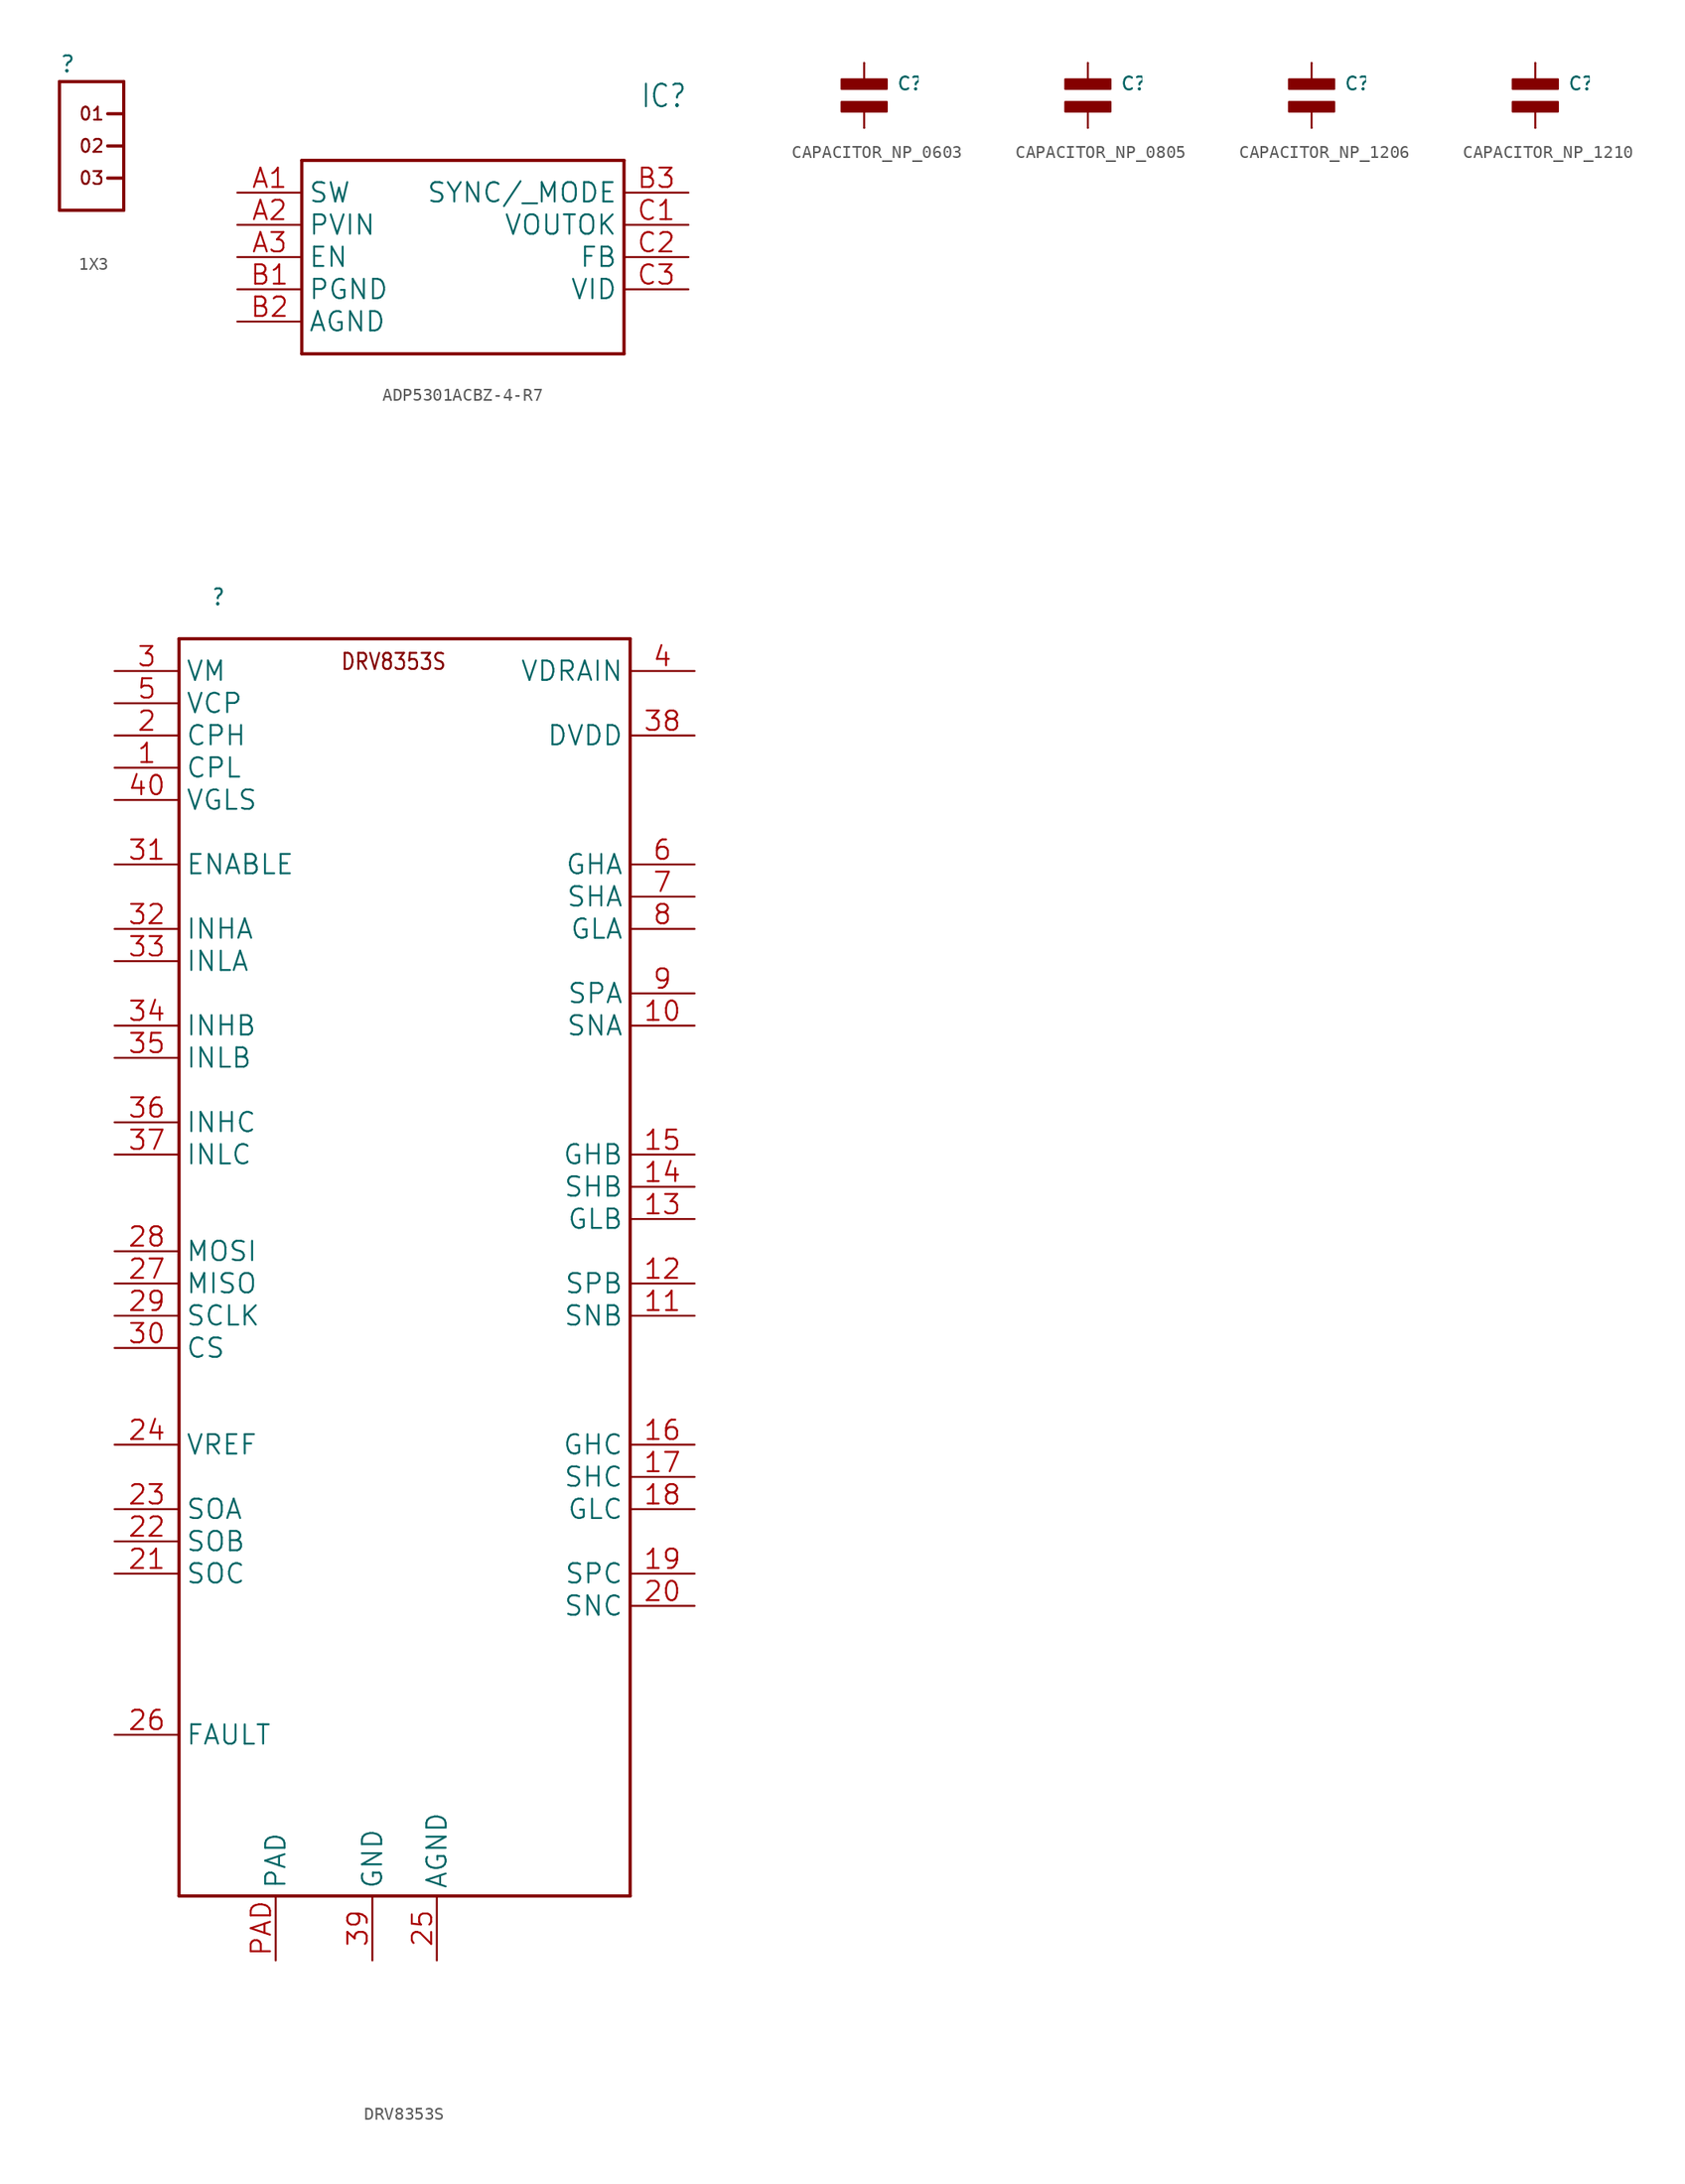
<source format=kicad_sym>
(kicad_symbol_lib
  (version 20241209)
  (generator "kicad_symbol_editor")
  (generator_version "9.0")
  (symbol "1X3"
    (property "Reference" ""
      (at -2.54 5.715 0)
      (effects (font (size 1.27 1.27)) (justify left bottom)))
    (property "Value" ""
      (at -2.54 -6.985 0)
      (effects (font (size 1.27 1.27)) (justify left bottom)))
    (property "ki_locked" ""
      (at 0 0 0)
      (effects (font (size 1.27 1.27))))
    (symbol "1X3_1_0"
      (polyline (pts (xy -2.54 5.08) (xy -2.54 -5.08)) (stroke (width 0.254) (type solid)) (fill (type none)))
      (polyline (pts (xy -2.54 5.08) (xy 2.54 5.08)) (stroke (width 0.254) (type solid)) (fill (type none)))
      (polyline (pts (xy -2.54 -5.08) (xy 2.54 -5.08)) (stroke (width 0.254) (type solid)) (fill (type none)))
      (polyline (pts (xy 1.27 2.54) (xy 2.54 2.54)) (stroke (width 0.254) (type solid)) (fill (type none)))
      (polyline (pts (xy 1.27 0) (xy 2.54 0)) (stroke (width 0.254) (type solid)) (fill (type none)))
      (polyline (pts (xy 1.27 -2.54) (xy 2.54 -2.54)) (stroke (width 0.254) (type solid)) (fill (type none)))
      (polyline (pts (xy 2.54 2.54) (xy 2.54 5.08)) (stroke (width 0.254) (type solid)) (fill (type none)))
      (polyline (pts (xy 2.54 0) (xy 2.54 2.54)) (stroke (width 0.254) (type solid)) (fill (type none)))
      (polyline (pts (xy 2.54 -2.54) (xy 2.54 0)) (stroke (width 0.254) (type solid)) (fill (type none)))
      (polyline (pts (xy 2.54 -5.08) (xy 2.54 -2.54)) (stroke (width 0.254) (type solid)) (fill (type none)))
      (text "01" (at 0 2.54 0) (effects (font (size 1.016 1.016))))
      (text "02" (at 0 0 0) (effects (font (size 1.016 1.016))))
      (text "03" (at 0 -2.54 0) (effects (font (size 1.016 1.016))))
      (pin bidirectional line (at 2.54 2.54 180) (length 0) (name "1" (effects (font (size 0 0)))) (number "1" (effects (font (size 0 0)))))
      (pin bidirectional line (at 2.54 0 180) (length 0) (name "2" (effects (font (size 0 0)))) (number "2" (effects (font (size 0 0)))))
      (pin bidirectional line (at 2.54 -2.54 180) (length 0) (name "3" (effects (font (size 0 0)))) (number "3" (effects (font (size 0 0)))))))
  (symbol "ADP5301ACBZ-4-R7"
    (property "Reference" "IC"
      (at 31.75 7.62 0)
      (effects (font (size 1.778 1.511)) (justify left)))
    (property "Value" ""
      (at 31.75 5.08 0)
      (effects (font (size 1.778 1.511)) (justify left)))
    (property "ki_locked" ""
      (at 0 0 0)
      (effects (font (size 1.27 1.27))))
    (symbol "ADP5301ACBZ-4-R7_1_0"
      (polyline (pts (xy 5.08 2.54) (xy 5.08 -12.7)) (stroke (width 0.254) (type solid)) (fill (type none)))
      (polyline (pts (xy 5.08 2.54) (xy 30.48 2.54)) (stroke (width 0.254) (type solid)) (fill (type none)))
      (polyline (pts (xy 30.48 -12.7) (xy 5.08 -12.7)) (stroke (width 0.254) (type solid)) (fill (type none)))
      (polyline (pts (xy 30.48 -12.7) (xy 30.48 2.54)) (stroke (width 0.254) (type solid)) (fill (type none)))
      (pin bidirectional line (at 0 0 0) (length 5.08) (name "SW" (effects (font (size 1.524 1.524)))) (number "A1" (effects (font (size 1.524 1.524)))))
      (pin bidirectional line (at 0 -2.54 0) (length 5.08) (name "PVIN" (effects (font (size 1.524 1.524)))) (number "A2" (effects (font (size 1.524 1.524)))))
      (pin bidirectional line (at 0 -5.08 0) (length 5.08) (name "EN" (effects (font (size 1.524 1.524)))) (number "A3" (effects (font (size 1.524 1.524)))))
      (pin bidirectional line (at 0 -7.62 0) (length 5.08) (name "PGND" (effects (font (size 1.524 1.524)))) (number "B1" (effects (font (size 1.524 1.524)))))
      (pin bidirectional line (at 0 -10.16 0) (length 5.08) (name "AGND" (effects (font (size 1.524 1.524)))) (number "B2" (effects (font (size 1.524 1.524)))))
      (pin bidirectional line (at 35.56 0 180) (length 5.08) (name "SYNC/_MODE" (effects (font (size 1.524 1.524)))) (number "B3" (effects (font (size 1.524 1.524)))))
      (pin bidirectional line (at 35.56 -2.54 180) (length 5.08) (name "VOUTOK" (effects (font (size 1.524 1.524)))) (number "C1" (effects (font (size 1.524 1.524)))))
      (pin bidirectional line (at 35.56 -5.08 180) (length 5.08) (name "FB" (effects (font (size 1.524 1.524)))) (number "C2" (effects (font (size 1.524 1.524)))))
      (pin bidirectional line (at 35.56 -7.62 180) (length 5.08) (name "VID" (effects (font (size 1.524 1.524)))) (number "C3" (effects (font (size 1.524 1.524)))))))
  (symbol "CAPACITOR_NP_0603"
    (property "Reference" "C"
      (at 2.54 1.524 0)
      (effects (font (size 1.016 1.016)) (justify left top)))
    (property "Value" ""
      (at 2.54 -1.524 0)
      (effects (font (size 1.016 1.016)) (justify left bottom)))
    (property "ki_locked" ""
      (at 0 0 0)
      (effects (font (size 1.27 1.27))))
    (symbol "CAPACITOR_NP_0603_1_0"
      (rectangle (start -1.778 0.508) (end 1.778 1.27) (stroke (width 0) (type default)) (fill (type outline)))
      (rectangle (start -1.778 -1.27) (end 1.778 -0.508) (stroke (width 0) (type default)) (fill (type outline)))
      (polyline (pts (xy 0 2.54) (xy 0 1.016)) (stroke (width 0.152) (type solid)) (fill (type none)))
      (polyline (pts (xy 0 -2.54) (xy 0 -1.016)) (stroke (width 0.152) (type solid)) (fill (type none)))
      (pin passive line (at 0 2.54 270) (length 0) (name "P$1" (effects (font (size 0 0)))) (number "P$1" (effects (font (size 0 0)))))
      (pin passive line (at 0 -2.54 90) (length 0) (name "P$2" (effects (font (size 0 0)))) (number "P$2" (effects (font (size 0 0)))))))
  (symbol "CAPACITOR_NP_0805"
    (property "Reference" "C"
      (at 2.54 1.524 0)
      (effects (font (size 1.016 1.016)) (justify left top)))
    (property "Value" ""
      (at 2.54 -1.524 0)
      (effects (font (size 1.016 1.016)) (justify left bottom)))
    (property "ki_locked" ""
      (at 0 0 0)
      (effects (font (size 1.27 1.27))))
    (symbol "CAPACITOR_NP_0805_1_0"
      (rectangle (start -1.778 0.508) (end 1.778 1.27) (stroke (width 0) (type default)) (fill (type outline)))
      (rectangle (start -1.778 -1.27) (end 1.778 -0.508) (stroke (width 0) (type default)) (fill (type outline)))
      (polyline (pts (xy 0 2.54) (xy 0 1.016)) (stroke (width 0.152) (type solid)) (fill (type none)))
      (polyline (pts (xy 0 -2.54) (xy 0 -1.016)) (stroke (width 0.152) (type solid)) (fill (type none)))
      (pin passive line (at 0 2.54 270) (length 0) (name "P$1" (effects (font (size 0 0)))) (number "P$1" (effects (font (size 0 0)))))
      (pin passive line (at 0 -2.54 90) (length 0) (name "P$2" (effects (font (size 0 0)))) (number "P$2" (effects (font (size 0 0)))))))
  (symbol "CAPACITOR_NP_1206"
    (property "Reference" "C"
      (at 2.54 1.524 0)
      (effects (font (size 1.016 1.016)) (justify left top)))
    (property "Value" ""
      (at 2.54 -1.524 0)
      (effects (font (size 1.016 1.016)) (justify left bottom)))
    (property "ki_locked" ""
      (at 0 0 0)
      (effects (font (size 1.27 1.27))))
    (symbol "CAPACITOR_NP_1206_1_0"
      (rectangle (start -1.778 0.508) (end 1.778 1.27) (stroke (width 0) (type default)) (fill (type outline)))
      (rectangle (start -1.778 -1.27) (end 1.778 -0.508) (stroke (width 0) (type default)) (fill (type outline)))
      (polyline (pts (xy 0 2.54) (xy 0 1.016)) (stroke (width 0.152) (type solid)) (fill (type none)))
      (polyline (pts (xy 0 -2.54) (xy 0 -1.016)) (stroke (width 0.152) (type solid)) (fill (type none)))
      (pin passive line (at 0 2.54 270) (length 0) (name "P$1" (effects (font (size 0 0)))) (number "P$1" (effects (font (size 0 0)))))
      (pin passive line (at 0 -2.54 90) (length 0) (name "P$2" (effects (font (size 0 0)))) (number "P$2" (effects (font (size 0 0)))))))
  (symbol "CAPACITOR_NP_1210"
    (property "Reference" "C"
      (at 2.54 1.524 0)
      (effects (font (size 1.016 1.016)) (justify left top)))
    (property "Value" ""
      (at 2.54 -1.524 0)
      (effects (font (size 1.016 1.016)) (justify left bottom)))
    (property "ki_locked" ""
      (at 0 0 0)
      (effects (font (size 1.27 1.27))))
    (symbol "CAPACITOR_NP_1210_1_0"
      (rectangle (start -1.778 0.508) (end 1.778 1.27) (stroke (width 0) (type default)) (fill (type outline)))
      (rectangle (start -1.778 -1.27) (end 1.778 -0.508) (stroke (width 0) (type default)) (fill (type outline)))
      (polyline (pts (xy 0 2.54) (xy 0 1.016)) (stroke (width 0.152) (type solid)) (fill (type none)))
      (polyline (pts (xy 0 -2.54) (xy 0 -1.016)) (stroke (width 0.152) (type solid)) (fill (type none)))
      (pin passive line (at 0 2.54 270) (length 0) (name "P$1" (effects (font (size 0 0)))) (number "P$1" (effects (font (size 0 0)))))
      (pin passive line (at 0 -2.54 90) (length 0) (name "P$2" (effects (font (size 0 0)))) (number "P$2" (effects (font (size 0 0)))))))
  (symbol "DRV8353S"
    (property "Reference" ""
      (at -15.24 53.34 0)
      (effects (font (size 1.27 1.079)) (justify left bottom)))
    (property "ki_locked" ""
      (at 0 0 0)
      (effects (font (size 1.27 1.27))))
    (symbol "DRV8353S_1_0"
      (polyline (pts (xy -17.78 50.8) (xy -17.78 -48.26)) (stroke (width 0.254) (type solid)) (fill (type none)))
      (polyline (pts (xy -17.78 -48.26) (xy 17.78 -48.26)) (stroke (width 0.254) (type solid)) (fill (type none)))
      (polyline (pts (xy 17.78 50.8) (xy -17.78 50.8)) (stroke (width 0.254) (type solid)) (fill (type none)))
      (polyline (pts (xy 17.78 -48.26) (xy 17.78 50.8)) (stroke (width 0.254) (type solid)) (fill (type none)))
      (text "DRV8353S" (at -5.08 48.26 0) (effects (font (size 1.27 1.079)) (justify left bottom)))
      (pin bidirectional line (at -22.86 48.26 0) (length 5.08) (name "VM" (effects (font (size 1.524 1.524)))) (number "3" (effects (font (size 1.524 1.524)))))
      (pin bidirectional line (at -22.86 45.72 0) (length 5.08) (name "VCP" (effects (font (size 1.524 1.524)))) (number "5" (effects (font (size 1.524 1.524)))))
      (pin bidirectional line (at -22.86 43.18 0) (length 5.08) (name "CPH" (effects (font (size 1.524 1.524)))) (number "2" (effects (font (size 1.524 1.524)))))
      (pin bidirectional line (at -22.86 40.64 0) (length 5.08) (name "CPL" (effects (font (size 1.524 1.524)))) (number "1" (effects (font (size 1.524 1.524)))))
      (pin bidirectional line (at -22.86 38.1 0) (length 5.08) (name "VGLS" (effects (font (size 1.524 1.524)))) (number "40" (effects (font (size 1.524 1.524)))))
      (pin bidirectional line (at -22.86 33.02 0) (length 5.08) (name "ENABLE" (effects (font (size 1.524 1.524)))) (number "31" (effects (font (size 1.524 1.524)))))
      (pin bidirectional line (at -22.86 27.94 0) (length 5.08) (name "INHA" (effects (font (size 1.524 1.524)))) (number "32" (effects (font (size 1.524 1.524)))))
      (pin bidirectional line (at -22.86 25.4 0) (length 5.08) (name "INLA" (effects (font (size 1.524 1.524)))) (number "33" (effects (font (size 1.524 1.524)))))
      (pin bidirectional line (at -22.86 20.32 0) (length 5.08) (name "INHB" (effects (font (size 1.524 1.524)))) (number "34" (effects (font (size 1.524 1.524)))))
      (pin bidirectional line (at -22.86 17.78 0) (length 5.08) (name "INLB" (effects (font (size 1.524 1.524)))) (number "35" (effects (font (size 1.524 1.524)))))
      (pin bidirectional line (at -22.86 12.7 0) (length 5.08) (name "INHC" (effects (font (size 1.524 1.524)))) (number "36" (effects (font (size 1.524 1.524)))))
      (pin bidirectional line (at -22.86 10.16 0) (length 5.08) (name "INLC" (effects (font (size 1.524 1.524)))) (number "37" (effects (font (size 1.524 1.524)))))
      (pin bidirectional line (at -22.86 2.54 0) (length 5.08) (name "MOSI" (effects (font (size 1.524 1.524)))) (number "28" (effects (font (size 1.524 1.524)))))
      (pin bidirectional line (at -22.86 0 0) (length 5.08) (name "MISO" (effects (font (size 1.524 1.524)))) (number "27" (effects (font (size 1.524 1.524)))))
      (pin bidirectional line (at -22.86 -2.54 0) (length 5.08) (name "SCLK" (effects (font (size 1.524 1.524)))) (number "29" (effects (font (size 1.524 1.524)))))
      (pin bidirectional line (at -22.86 -5.08 0) (length 5.08) (name "CS" (effects (font (size 1.524 1.524)))) (number "30" (effects (font (size 1.524 1.524)))))
      (pin bidirectional line (at -22.86 -12.7 0) (length 5.08) (name "VREF" (effects (font (size 1.524 1.524)))) (number "24" (effects (font (size 1.524 1.524)))))
      (pin bidirectional line (at -22.86 -17.78 0) (length 5.08) (name "SOA" (effects (font (size 1.524 1.524)))) (number "23" (effects (font (size 1.524 1.524)))))
      (pin bidirectional line (at -22.86 -20.32 0) (length 5.08) (name "SOB" (effects (font (size 1.524 1.524)))) (number "22" (effects (font (size 1.524 1.524)))))
      (pin bidirectional line (at -22.86 -22.86 0) (length 5.08) (name "SOC" (effects (font (size 1.524 1.524)))) (number "21" (effects (font (size 1.524 1.524)))))
      (pin bidirectional line (at -22.86 -35.56 0) (length 5.08) (name "FAULT" (effects (font (size 1.524 1.524)))) (number "26" (effects (font (size 1.524 1.524)))))
      (pin bidirectional line (at -10.16 -53.34 90) (length 5.08) (name "PAD" (effects (font (size 1.524 1.524)))) (number "PAD" (effects (font (size 1.524 1.524)))))
      (pin bidirectional line (at -2.54 -53.34 90) (length 5.08) (name "GND" (effects (font (size 1.524 1.524)))) (number "39" (effects (font (size 1.524 1.524)))))
      (pin bidirectional line (at 2.54 -53.34 90) (length 5.08) (name "AGND" (effects (font (size 1.524 1.524)))) (number "25" (effects (font (size 1.524 1.524)))))
      (pin bidirectional line (at 22.86 48.26 180) (length 5.08) (name "VDRAIN" (effects (font (size 1.524 1.524)))) (number "4" (effects (font (size 1.524 1.524)))))
      (pin bidirectional line (at 22.86 43.18 180) (length 5.08) (name "DVDD" (effects (font (size 1.524 1.524)))) (number "38" (effects (font (size 1.524 1.524)))))
      (pin bidirectional line (at 22.86 33.02 180) (length 5.08) (name "GHA" (effects (font (size 1.524 1.524)))) (number "6" (effects (font (size 1.524 1.524)))))
      (pin bidirectional line (at 22.86 30.48 180) (length 5.08) (name "SHA" (effects (font (size 1.524 1.524)))) (number "7" (effects (font (size 1.524 1.524)))))
      (pin bidirectional line (at 22.86 27.94 180) (length 5.08) (name "GLA" (effects (font (size 1.524 1.524)))) (number "8" (effects (font (size 1.524 1.524)))))
      (pin bidirectional line (at 22.86 22.86 180) (length 5.08) (name "SPA" (effects (font (size 1.524 1.524)))) (number "9" (effects (font (size 1.524 1.524)))))
      (pin bidirectional line (at 22.86 20.32 180) (length 5.08) (name "SNA" (effects (font (size 1.524 1.524)))) (number "10" (effects (font (size 1.524 1.524)))))
      (pin bidirectional line (at 22.86 10.16 180) (length 5.08) (name "GHB" (effects (font (size 1.524 1.524)))) (number "15" (effects (font (size 1.524 1.524)))))
      (pin bidirectional line (at 22.86 7.62 180) (length 5.08) (name "SHB" (effects (font (size 1.524 1.524)))) (number "14" (effects (font (size 1.524 1.524)))))
      (pin bidirectional line (at 22.86 5.08 180) (length 5.08) (name "GLB" (effects (font (size 1.524 1.524)))) (number "13" (effects (font (size 1.524 1.524)))))
      (pin bidirectional line (at 22.86 0 180) (length 5.08) (name "SPB" (effects (font (size 1.524 1.524)))) (number "12" (effects (font (size 1.524 1.524)))))
      (pin bidirectional line (at 22.86 -2.54 180) (length 5.08) (name "SNB" (effects (font (size 1.524 1.524)))) (number "11" (effects (font (size 1.524 1.524)))))
      (pin bidirectional line (at 22.86 -12.7 180) (length 5.08) (name "GHC" (effects (font (size 1.524 1.524)))) (number "16" (effects (font (size 1.524 1.524)))))
      (pin bidirectional line (at 22.86 -15.24 180) (length 5.08) (name "SHC" (effects (font (size 1.524 1.524)))) (number "17" (effects (font (size 1.524 1.524)))))
      (pin bidirectional line (at 22.86 -17.78 180) (length 5.08) (name "GLC" (effects (font (size 1.524 1.524)))) (number "18" (effects (font (size 1.524 1.524)))))
      (pin bidirectional line (at 22.86 -22.86 180) (length 5.08) (name "SPC" (effects (font (size 1.524 1.524)))) (number "19" (effects (font (size 1.524 1.524)))))
      (pin bidirectional line (at 22.86 -25.4 180) (length 5.08) (name "SNC" (effects (font (size 1.524 1.524)))) (number "20" (effects (font (size 1.524 1.524))))))))
</source>
